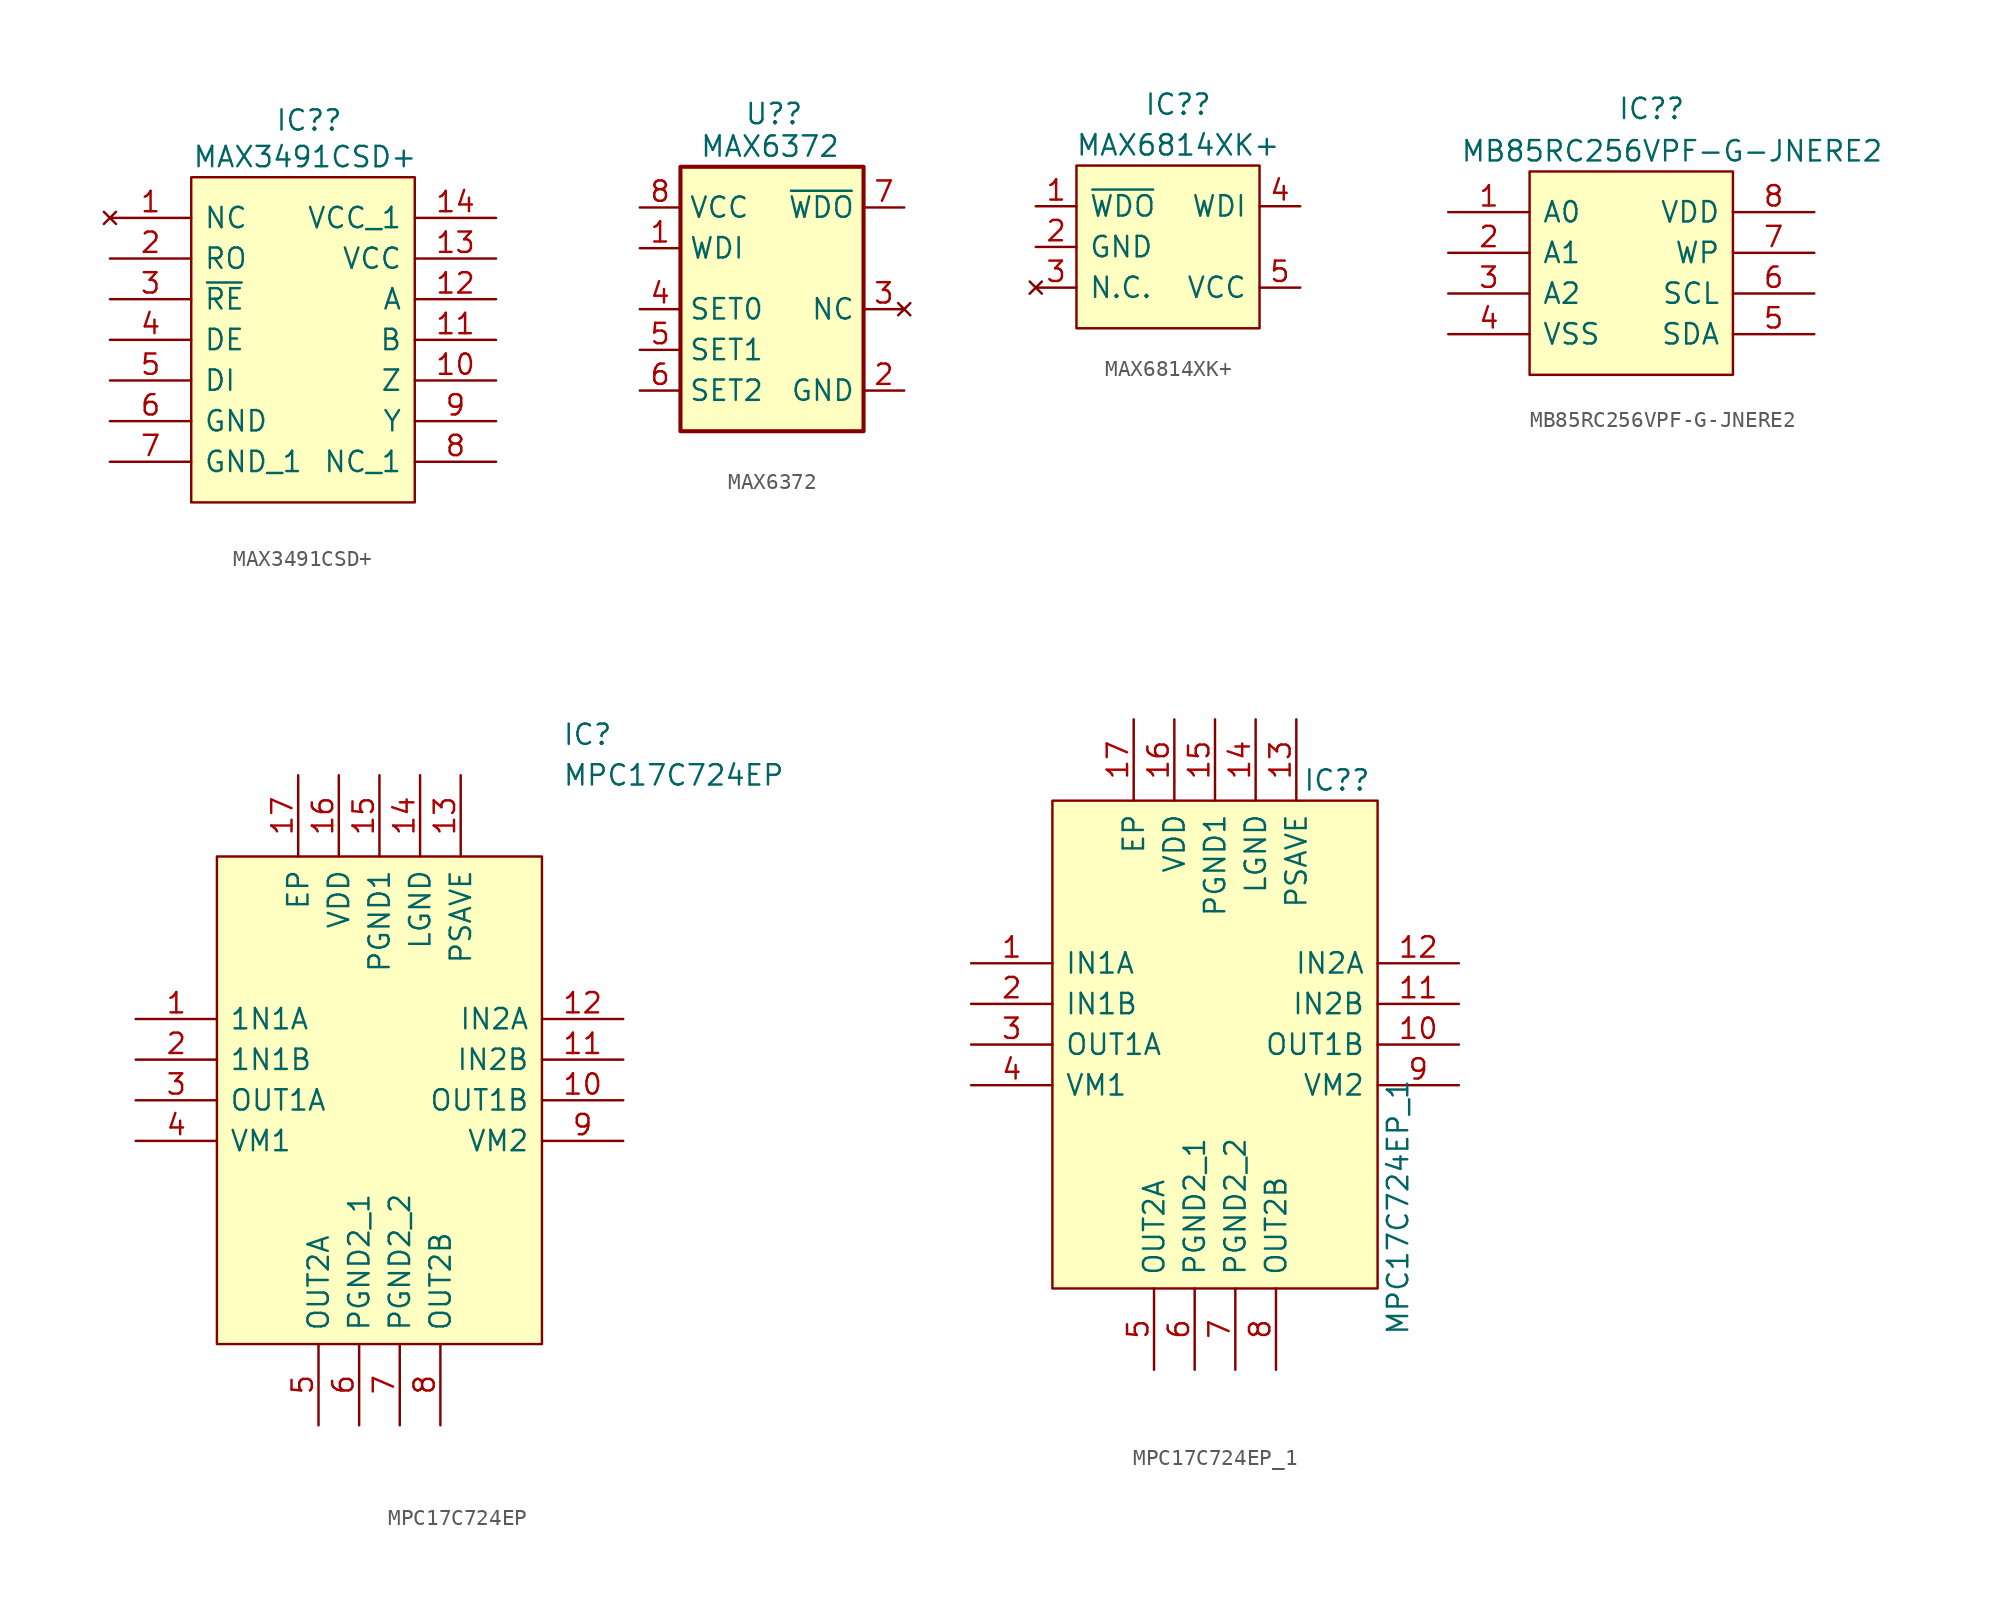
<source format=kicad_sym>
(kicad_symbol_lib
  (version 20211014)
  (generator kicad_symbol_editor)
  (symbol "MAX3491CSD+"
    (pin_names
      (offset 0.762))
    (property "Reference" "IC?"
      (at 12.446 6.096 0)
      (effects (font (size 1.27 1.27))))
    (property "Value" "MAX3491CSD+"
      (at 12.192 3.81 0)
      (effects (font (size 1.27 1.27))))
    (symbol "MAX3491CSD+_0_0"
      (pin no_connect line (at 0 0 0) (length 5.08) (name "NC" (effects (font (size 1.27 1.27)))) (number "1" (effects (font (size 1.27 1.27)))))
      (pin output line (at 24.13 -10.16 180) (length 5.08) (name "Z" (effects (font (size 1.27 1.27)))) (number "10" (effects (font (size 1.27 1.27)))))
      (pin input line (at 24.13 -7.62 180) (length 5.08) (name "B" (effects (font (size 1.27 1.27)))) (number "11" (effects (font (size 1.27 1.27)))))
      (pin input line (at 24.13 -5.08 180) (length 5.08) (name "A" (effects (font (size 1.27 1.27)))) (number "12" (effects (font (size 1.27 1.27)))))
      (pin power_in line (at 24.13 -2.54 180) (length 5.08) (name "VCC" (effects (font (size 1.27 1.27)))) (number "13" (effects (font (size 1.27 1.27)))))
      (pin power_in line (at 24.13 0 180) (length 5.08) (name "VCC_1" (effects (font (size 1.27 1.27)))) (number "14" (effects (font (size 1.27 1.27)))))
      (pin output line (at 0 -2.54 0) (length 5.08) (name "RO" (effects (font (size 1.27 1.27)))) (number "2" (effects (font (size 1.27 1.27)))))
      (pin input line (at 0 -5.08 0) (length 5.08) (name "~{RE}" (effects (font (size 1.27 1.27)))) (number "3" (effects (font (size 1.27 1.27)))))
      (pin input line (at 0 -7.62 0) (length 5.08) (name "DE" (effects (font (size 1.27 1.27)))) (number "4" (effects (font (size 1.27 1.27)))))
      (pin input line (at 0 -10.16 0) (length 5.08) (name "DI" (effects (font (size 1.27 1.27)))) (number "5" (effects (font (size 1.27 1.27)))))
      (pin power_in line (at 0 -12.7 0) (length 5.08) (name "GND" (effects (font (size 1.27 1.27)))) (number "6" (effects (font (size 1.27 1.27)))))
      (pin power_in line (at 0 -15.24 0) (length 5.08) (name "GND_1" (effects (font (size 1.27 1.27)))) (number "7" (effects (font (size 1.27 1.27)))))
      (pin passive line (at 24.13 -15.24 180) (length 5.08) (name "NC_1" (effects (font (size 1.27 1.27)))) (number "8" (effects (font (size 1.27 1.27)))))
      (pin output line (at 24.13 -12.7 180) (length 5.08) (name "Y" (effects (font (size 1.27 1.27)))) (number "9" (effects (font (size 1.27 1.27))))))
    (symbol "MAX3491CSD+_0_1"
      (polyline (pts (xy 5.08 2.54) (xy 19.05 2.54) (xy 19.05 -17.78) (xy 5.08 -17.78) (xy 5.08 2.54)) (stroke (width 0.152) (type default) (color 0 0 0 0)) (fill (type background)))))
  (symbol "MAX6372"
    (property "Reference" "U?"
      (at -1.778 12.192 0)
      (effects (font (size 1.27 1.27))))
    (property "Value" "MAX6372"
      (at -2.032 10.16 0)
      (effects (font (size 1.27 1.27))))
    (symbol "MAX6372_0_1"
      (rectangle (start -7.62 8.89) (end 3.81 -7.62) (stroke (width 0.254) (type default) (color 0 0 0 0)) (fill (type background))))
    (symbol "MAX6372_1_1"
      (pin input line (at -10.16 3.81 0) (length 2.54) (name "WDI" (effects (font (size 1.27 1.27)))) (number "1" (effects (font (size 1.27 1.27)))))
      (pin power_in line (at 6.35 -5.08 180) (length 2.54) (name "GND" (effects (font (size 1.27 1.27)))) (number "2" (effects (font (size 1.27 1.27)))))
      (pin no_connect line (at 6.35 0 180) (length 2.54) (name "NC" (effects (font (size 1.27 1.27)))) (number "3" (effects (font (size 1.27 1.27)))))
      (pin input line (at -10.16 0 0) (length 2.54) (name "SET0" (effects (font (size 1.27 1.27)))) (number "4" (effects (font (size 1.27 1.27)))))
      (pin input line (at -10.16 -2.54 0) (length 2.54) (name "SET1" (effects (font (size 1.27 1.27)))) (number "5" (effects (font (size 1.27 1.27)))))
      (pin input line (at -10.16 -5.08 0) (length 2.54) (name "SET2" (effects (font (size 1.27 1.27)))) (number "6" (effects (font (size 1.27 1.27)))))
      (pin output line (at 6.35 6.35 180) (length 2.54) (name "~{WDO}" (effects (font (size 1.27 1.27)))) (number "7" (effects (font (size 1.27 1.27)))))
      (pin power_in line (at -10.16 6.35 0) (length 2.54) (name "VCC" (effects (font (size 1.27 1.27)))) (number "8" (effects (font (size 1.27 1.27)))))))
  (symbol "MAX6814XK+"
    (pin_names
      (offset 0.762))
    (property "Reference" "IC?"
      (at 11.43 6.35 0)
      (effects (font (size 1.27 1.27))))
    (property "Value" "MAX6814XK+"
      (at 11.43 3.81 0)
      (effects (font (size 1.27 1.27))))
    (symbol "MAX6814XK+_0_0"
      (pin passive line (at 2.54 0 0) (length 2.54) (name "~{WDO}" (effects (font (size 1.27 1.27)))) (number "1" (effects (font (size 1.27 1.27)))))
      (pin passive line (at 2.54 -2.54 0) (length 2.54) (name "GND" (effects (font (size 1.27 1.27)))) (number "2" (effects (font (size 1.27 1.27)))))
      (pin no_connect line (at 2.54 -5.08 0) (length 2.54) (name "N.C." (effects (font (size 1.27 1.27)))) (number "3" (effects (font (size 1.27 1.27)))))
      (pin passive line (at 19.05 0 180) (length 2.54) (name "WDI" (effects (font (size 1.27 1.27)))) (number "4" (effects (font (size 1.27 1.27)))))
      (pin passive line (at 19.05 -5.08 180) (length 2.54) (name "VCC" (effects (font (size 1.27 1.27)))) (number "5" (effects (font (size 1.27 1.27))))))
    (symbol "MAX6814XK+_0_1"
      (polyline (pts (xy 5.08 2.54) (xy 16.51 2.54) (xy 16.51 -7.62) (xy 5.08 -7.62) (xy 5.08 2.54)) (stroke (width 0.152) (type default) (color 0 0 0 0)) (fill (type background)))))
  (symbol "MB85RC256VPF-G-JNERE2"
    (pin_names
      (offset 0.762))
    (property "Reference" "IC?"
      (at 12.7 6.456 0)
      (effects (font (size 1.27 1.27))))
    (property "Value" "MB85RC256VPF-G-JNERE2"
      (at 13.97 3.81 0)
      (effects (font (size 1.27 1.27))))
    (symbol "MB85RC256VPF-G-JNERE2_0_0"
      (pin input line (at 0 0 0) (length 5.08) (name "A0" (effects (font (size 1.27 1.27)))) (number "1" (effects (font (size 1.27 1.27)))))
      (pin input line (at 0 -2.54 0) (length 5.08) (name "A1" (effects (font (size 1.27 1.27)))) (number "2" (effects (font (size 1.27 1.27)))))
      (pin input line (at 0 -5.08 0) (length 5.08) (name "A2" (effects (font (size 1.27 1.27)))) (number "3" (effects (font (size 1.27 1.27)))))
      (pin power_in line (at 0 -7.62 0) (length 5.08) (name "VSS" (effects (font (size 1.27 1.27)))) (number "4" (effects (font (size 1.27 1.27)))))
      (pin bidirectional line (at 22.86 -7.62 180) (length 5.08) (name "SDA" (effects (font (size 1.27 1.27)))) (number "5" (effects (font (size 1.27 1.27)))))
      (pin input line (at 22.86 -5.08 180) (length 5.08) (name "SCL" (effects (font (size 1.27 1.27)))) (number "6" (effects (font (size 1.27 1.27)))))
      (pin input line (at 22.86 -2.54 180) (length 5.08) (name "WP" (effects (font (size 1.27 1.27)))) (number "7" (effects (font (size 1.27 1.27)))))
      (pin power_in line (at 22.86 0 180) (length 5.08) (name "VDD" (effects (font (size 1.27 1.27)))) (number "8" (effects (font (size 1.27 1.27))))))
    (symbol "MB85RC256VPF-G-JNERE2_0_1"
      (polyline (pts (xy 5.08 2.54) (xy 17.78 2.54) (xy 17.78 -10.16) (xy 5.08 -10.16) (xy 5.08 2.54)) (stroke (width 0.152) (type default) (color 0 0 0 0)) (fill (type background)))))
  (symbol "MPC17C724EP"
    (pin_names
      (offset 0.762))
    (property "Reference" "IC"
      (at 26.67 17.78 0)
      (effects (font (size 1.27 1.27)) (justify left)))
    (property "Value" "MPC17C724EP"
      (at 26.67 15.24 0)
      (effects (font (size 1.27 1.27)) (justify left)))
    (symbol "MPC17C724EP_0_0"
      (pin passive line (at 0 0 0) (length 5.08) (name "1N1A" (effects (font (size 1.27 1.27)))) (number "1" (effects (font (size 1.27 1.27)))))
      (pin passive line (at 30.48 -5.08 180) (length 5.08) (name "OUT1B" (effects (font (size 1.27 1.27)))) (number "10" (effects (font (size 1.27 1.27)))))
      (pin passive line (at 30.48 -2.54 180) (length 5.08) (name "IN2B" (effects (font (size 1.27 1.27)))) (number "11" (effects (font (size 1.27 1.27)))))
      (pin passive line (at 30.48 0 180) (length 5.08) (name "IN2A" (effects (font (size 1.27 1.27)))) (number "12" (effects (font (size 1.27 1.27)))))
      (pin passive line (at 20.32 15.24 270) (length 5.08) (name "PSAVE" (effects (font (size 1.27 1.27)))) (number "13" (effects (font (size 1.27 1.27)))))
      (pin passive line (at 17.78 15.24 270) (length 5.08) (name "LGND" (effects (font (size 1.27 1.27)))) (number "14" (effects (font (size 1.27 1.27)))))
      (pin passive line (at 15.24 15.24 270) (length 5.08) (name "PGND1" (effects (font (size 1.27 1.27)))) (number "15" (effects (font (size 1.27 1.27)))))
      (pin passive line (at 12.7 15.24 270) (length 5.08) (name "VDD" (effects (font (size 1.27 1.27)))) (number "16" (effects (font (size 1.27 1.27)))))
      (pin passive line (at 10.16 15.24 270) (length 5.08) (name "EP" (effects (font (size 1.27 1.27)))) (number "17" (effects (font (size 1.27 1.27)))))
      (pin passive line (at 0 -2.54 0) (length 5.08) (name "1N1B" (effects (font (size 1.27 1.27)))) (number "2" (effects (font (size 1.27 1.27)))))
      (pin passive line (at 0 -5.08 0) (length 5.08) (name "OUT1A" (effects (font (size 1.27 1.27)))) (number "3" (effects (font (size 1.27 1.27)))))
      (pin passive line (at 0 -7.62 0) (length 5.08) (name "VM1" (effects (font (size 1.27 1.27)))) (number "4" (effects (font (size 1.27 1.27)))))
      (pin passive line (at 11.43 -25.4 90) (length 5.08) (name "OUT2A" (effects (font (size 1.27 1.27)))) (number "5" (effects (font (size 1.27 1.27)))))
      (pin passive line (at 13.97 -25.4 90) (length 5.08) (name "PGND2_1" (effects (font (size 1.27 1.27)))) (number "6" (effects (font (size 1.27 1.27)))))
      (pin passive line (at 16.51 -25.4 90) (length 5.08) (name "PGND2_2" (effects (font (size 1.27 1.27)))) (number "7" (effects (font (size 1.27 1.27)))))
      (pin passive line (at 19.05 -25.4 90) (length 5.08) (name "OUT2B" (effects (font (size 1.27 1.27)))) (number "8" (effects (font (size 1.27 1.27)))))
      (pin passive line (at 30.48 -7.62 180) (length 5.08) (name "VM2" (effects (font (size 1.27 1.27)))) (number "9" (effects (font (size 1.27 1.27))))))
    (symbol "MPC17C724EP_0_1"
      (polyline (pts (xy 5.08 10.16) (xy 25.4 10.16) (xy 25.4 -20.32) (xy 5.08 -20.32) (xy 5.08 10.16)) (stroke (width 0.152) (type default) (color 0 0 0 0)) (fill (type background)))))
  (symbol "MPC17C724EP_1"
    (pin_names
      (offset 0.762))
    (property "Reference" "IC?"
      (at 22.86 11.43 0)
      (effects (font (size 1.27 1.27))))
    (property "Value" "MPC17C724EP_1"
      (at 26.67 -15.24 90)
      (effects (font (size 1.27 1.27))))
    (symbol "MPC17C724EP_1_0_0"
      (pin passive line (at 0 0 0) (length 5.08) (name "IN1A" (effects (font (size 1.27 1.27)))) (number "1" (effects (font (size 1.27 1.27)))))
      (pin passive line (at 30.48 -5.08 180) (length 5.08) (name "OUT1B" (effects (font (size 1.27 1.27)))) (number "10" (effects (font (size 1.27 1.27)))))
      (pin passive line (at 30.48 -2.54 180) (length 5.08) (name "IN2B" (effects (font (size 1.27 1.27)))) (number "11" (effects (font (size 1.27 1.27)))))
      (pin passive line (at 30.48 0 180) (length 5.08) (name "IN2A" (effects (font (size 1.27 1.27)))) (number "12" (effects (font (size 1.27 1.27)))))
      (pin passive line (at 20.32 15.24 270) (length 5.08) (name "PSAVE" (effects (font (size 1.27 1.27)))) (number "13" (effects (font (size 1.27 1.27)))))
      (pin passive line (at 17.78 15.24 270) (length 5.08) (name "LGND" (effects (font (size 1.27 1.27)))) (number "14" (effects (font (size 1.27 1.27)))))
      (pin passive line (at 15.24 15.24 270) (length 5.08) (name "PGND1" (effects (font (size 1.27 1.27)))) (number "15" (effects (font (size 1.27 1.27)))))
      (pin passive line (at 12.7 15.24 270) (length 5.08) (name "VDD" (effects (font (size 1.27 1.27)))) (number "16" (effects (font (size 1.27 1.27)))))
      (pin passive line (at 10.16 15.24 270) (length 5.08) (name "EP" (effects (font (size 1.27 1.27)))) (number "17" (effects (font (size 1.27 1.27)))))
      (pin passive line (at 0 -2.54 0) (length 5.08) (name "IN1B" (effects (font (size 1.27 1.27)))) (number "2" (effects (font (size 1.27 1.27)))))
      (pin passive line (at 0 -5.08 0) (length 5.08) (name "OUT1A" (effects (font (size 1.27 1.27)))) (number "3" (effects (font (size 1.27 1.27)))))
      (pin passive line (at 0 -7.62 0) (length 5.08) (name "VM1" (effects (font (size 1.27 1.27)))) (number "4" (effects (font (size 1.27 1.27)))))
      (pin passive line (at 11.43 -25.4 90) (length 5.08) (name "OUT2A" (effects (font (size 1.27 1.27)))) (number "5" (effects (font (size 1.27 1.27)))))
      (pin passive line (at 13.97 -25.4 90) (length 5.08) (name "PGND2_1" (effects (font (size 1.27 1.27)))) (number "6" (effects (font (size 1.27 1.27)))))
      (pin passive line (at 16.51 -25.4 90) (length 5.08) (name "PGND2_2" (effects (font (size 1.27 1.27)))) (number "7" (effects (font (size 1.27 1.27)))))
      (pin passive line (at 19.05 -25.4 90) (length 5.08) (name "OUT2B" (effects (font (size 1.27 1.27)))) (number "8" (effects (font (size 1.27 1.27)))))
      (pin passive line (at 30.48 -7.62 180) (length 5.08) (name "VM2" (effects (font (size 1.27 1.27)))) (number "9" (effects (font (size 1.27 1.27))))))
    (symbol "MPC17C724EP_1_0_1"
      (polyline (pts (xy 5.08 10.16) (xy 25.4 10.16) (xy 25.4 -20.32) (xy 5.08 -20.32) (xy 5.08 10.16)) (stroke (width 0.152) (type default) (color 0 0 0 0)) (fill (type background))))))
</source>
